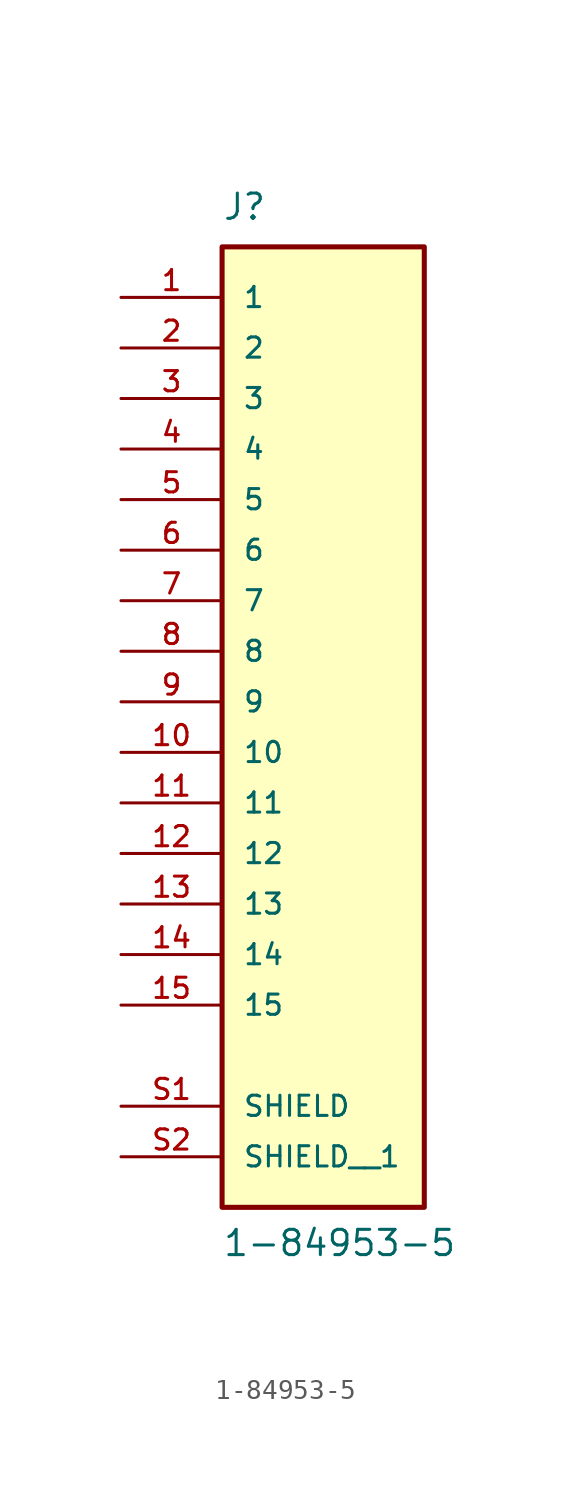
<source format=kicad_sym>
(kicad_symbol_lib
  (version 20211014)
  (generator kicad_symbol_editor)
  (symbol "1-84953-5"
    (pin_names
      (offset 1.016))
    (property "Reference" "J"
      (at -5.08 24.13 0)
      (effects (font (size 1.27 1.27)) (justify bottom left)))
    (property "Value" "1-84953-5"
      (at -5.08 -27.94 0)
      (effects (font (size 1.27 1.27)) (justify bottom left)))
    (symbol "1-84953-5_0_0"
      (rectangle (start -5.08 -25.4) (end 5.08 22.86) (stroke (width 0.254)) (fill (type background)))
      (pin passive line (at -10.16 20.32 0) (length 5.08) (name "1" (effects (font (size 1.016 1.016)))) (number "1" (effects (font (size 1.016 1.016)))))
      (pin passive line (at -10.16 17.78 0) (length 5.08) (name "2" (effects (font (size 1.016 1.016)))) (number "2" (effects (font (size 1.016 1.016)))))
      (pin passive line (at -10.16 15.24 0) (length 5.08) (name "3" (effects (font (size 1.016 1.016)))) (number "3" (effects (font (size 1.016 1.016)))))
      (pin passive line (at -10.16 12.7 0) (length 5.08) (name "4" (effects (font (size 1.016 1.016)))) (number "4" (effects (font (size 1.016 1.016)))))
      (pin passive line (at -10.16 10.16 0) (length 5.08) (name "5" (effects (font (size 1.016 1.016)))) (number "5" (effects (font (size 1.016 1.016)))))
      (pin passive line (at -10.16 7.62 0) (length 5.08) (name "6" (effects (font (size 1.016 1.016)))) (number "6" (effects (font (size 1.016 1.016)))))
      (pin passive line (at -10.16 -20.32 0) (length 5.08) (name "SHIELD" (effects (font (size 1.016 1.016)))) (number "S1" (effects (font (size 1.016 1.016)))))
      (pin passive line (at -10.16 5.08 0) (length 5.08) (name "7" (effects (font (size 1.016 1.016)))) (number "7" (effects (font (size 1.016 1.016)))))
      (pin passive line (at -10.16 2.54 0) (length 5.08) (name "8" (effects (font (size 1.016 1.016)))) (number "8" (effects (font (size 1.016 1.016)))))
      (pin passive line (at -10.16 0.0 0) (length 5.08) (name "9" (effects (font (size 1.016 1.016)))) (number "9" (effects (font (size 1.016 1.016)))))
      (pin passive line (at -10.16 -2.54 0) (length 5.08) (name "10" (effects (font (size 1.016 1.016)))) (number "10" (effects (font (size 1.016 1.016)))))
      (pin passive line (at -10.16 -5.08 0) (length 5.08) (name "11" (effects (font (size 1.016 1.016)))) (number "11" (effects (font (size 1.016 1.016)))))
      (pin passive line (at -10.16 -7.62 0) (length 5.08) (name "12" (effects (font (size 1.016 1.016)))) (number "12" (effects (font (size 1.016 1.016)))))
      (pin passive line (at -10.16 -10.16 0) (length 5.08) (name "13" (effects (font (size 1.016 1.016)))) (number "13" (effects (font (size 1.016 1.016)))))
      (pin passive line (at -10.16 -12.7 0) (length 5.08) (name "14" (effects (font (size 1.016 1.016)))) (number "14" (effects (font (size 1.016 1.016)))))
      (pin passive line (at -10.16 -15.24 0) (length 5.08) (name "15" (effects (font (size 1.016 1.016)))) (number "15" (effects (font (size 1.016 1.016)))))
      (pin passive line (at -10.16 -22.86 0) (length 5.08) (name "SHIELD__1" (effects (font (size 1.016 1.016)))) (number "S2" (effects (font (size 1.016 1.016))))))))
</source>
